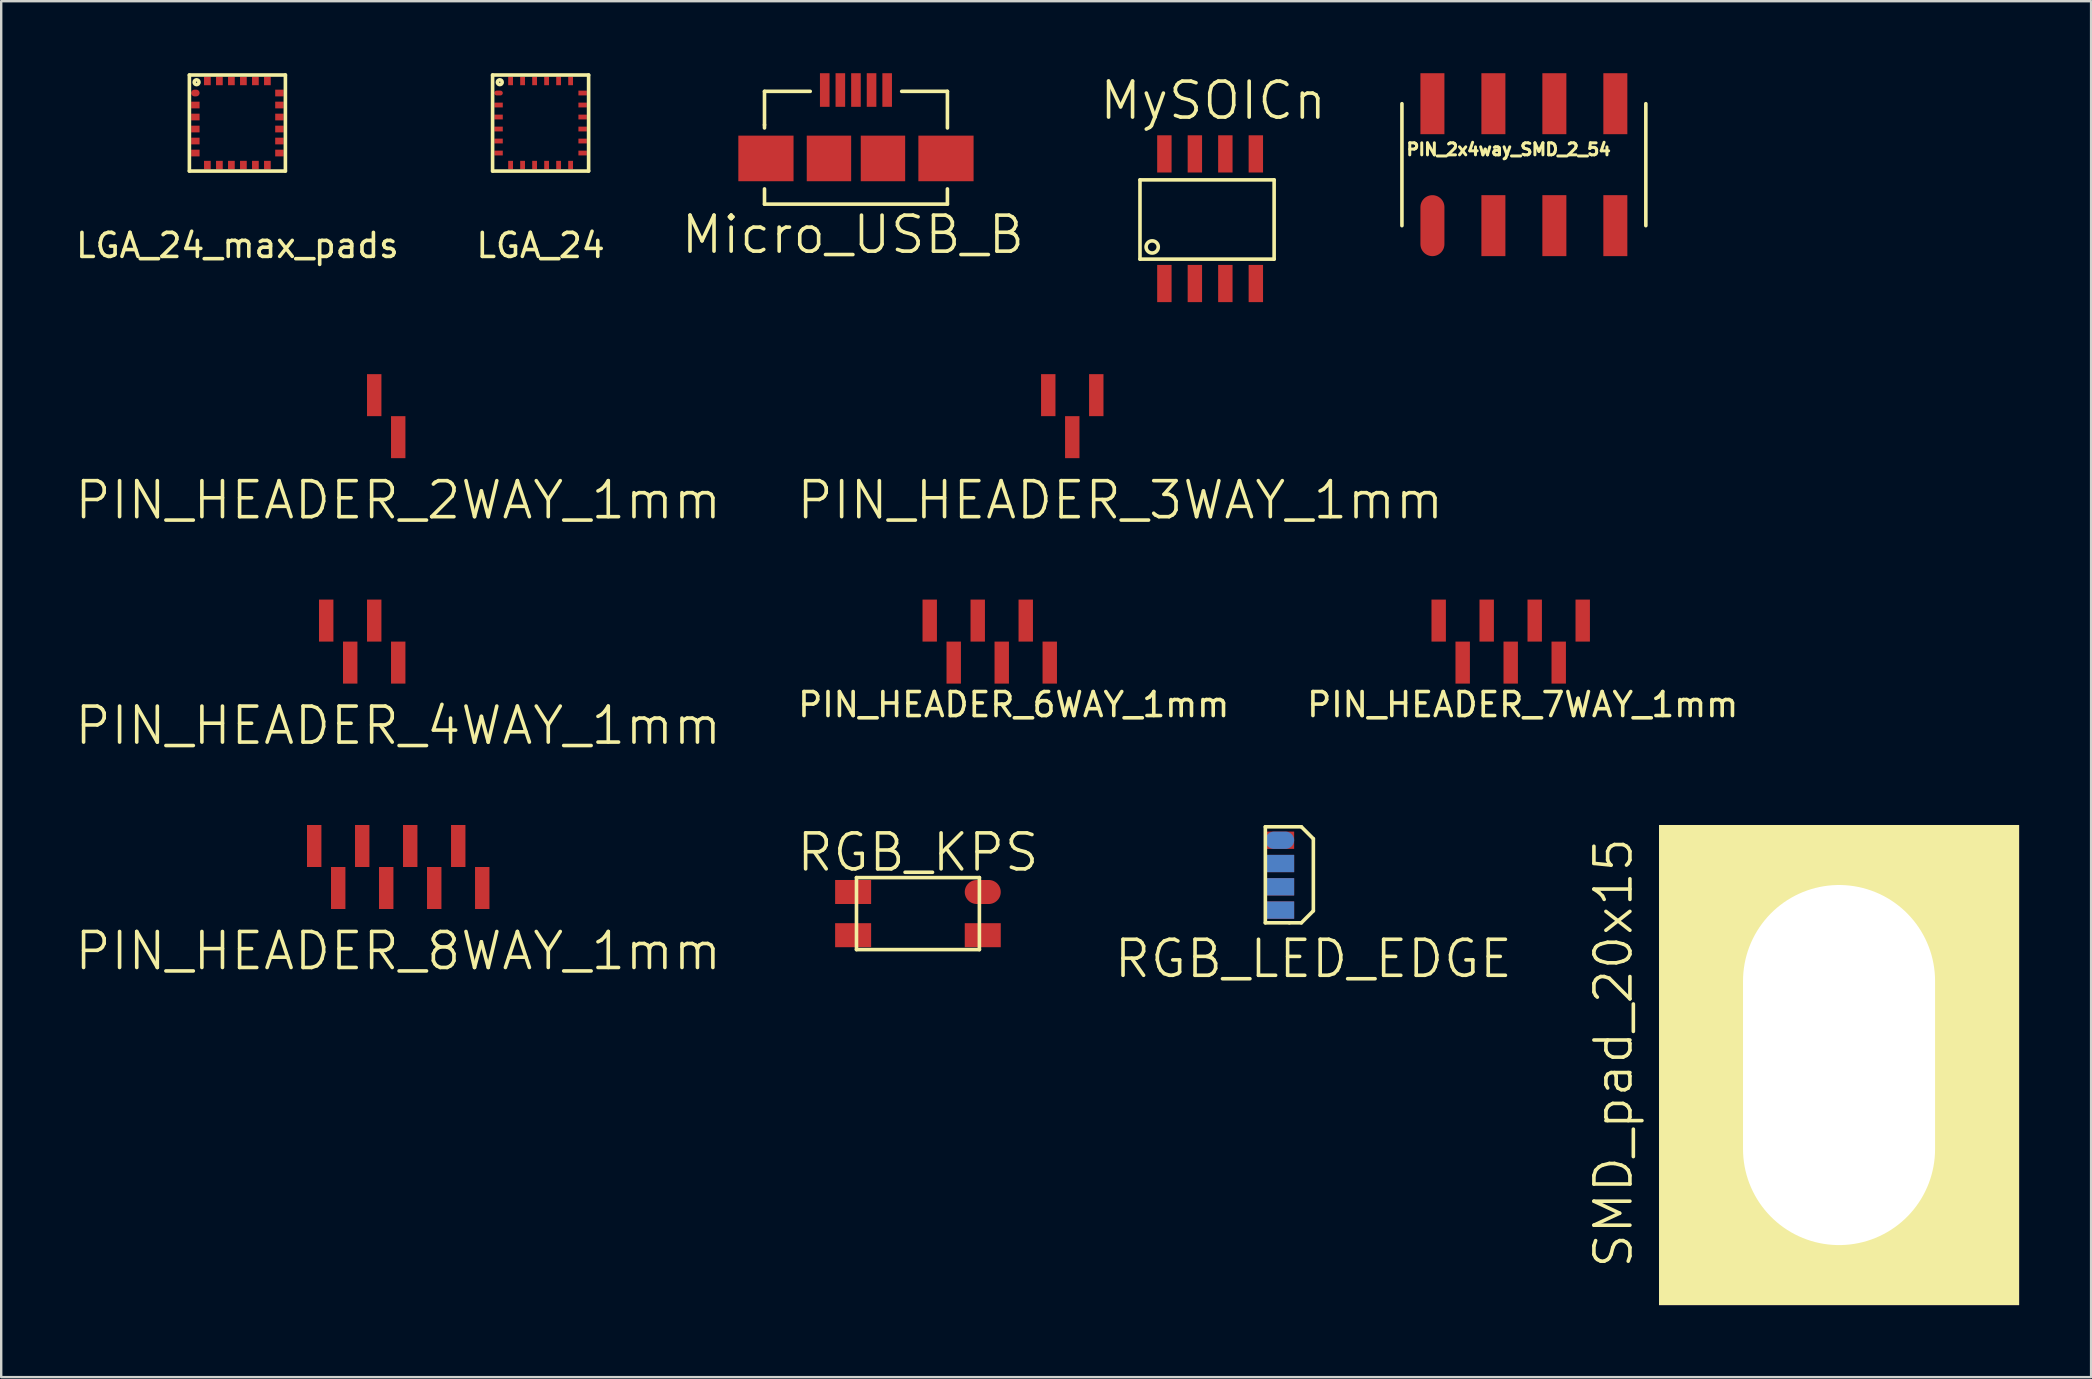
<source format=kicad_pcb>
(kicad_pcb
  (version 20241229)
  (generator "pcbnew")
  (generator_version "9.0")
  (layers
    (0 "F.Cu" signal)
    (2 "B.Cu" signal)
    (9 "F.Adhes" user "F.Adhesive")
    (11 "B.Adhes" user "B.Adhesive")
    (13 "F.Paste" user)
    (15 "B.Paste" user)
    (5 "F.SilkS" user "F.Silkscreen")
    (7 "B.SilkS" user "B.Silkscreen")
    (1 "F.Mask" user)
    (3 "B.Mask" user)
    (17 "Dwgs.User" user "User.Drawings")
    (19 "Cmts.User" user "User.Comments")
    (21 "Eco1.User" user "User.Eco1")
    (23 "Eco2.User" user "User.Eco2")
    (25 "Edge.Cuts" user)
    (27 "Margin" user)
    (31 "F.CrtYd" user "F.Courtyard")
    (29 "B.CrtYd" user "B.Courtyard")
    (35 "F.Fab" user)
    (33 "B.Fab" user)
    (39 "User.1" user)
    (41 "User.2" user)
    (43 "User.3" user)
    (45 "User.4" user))
  (footprint "PIN_HEADER_4WAY_1mm"
    (layer "F.Cu")
    (at 12.039 23.677)
    (property "Reference" "PIN_HEADER_4WAY_1mm" (at 1.5 3.5 0) (layer "F.SilkS") (effects (font (size 1.5 1.5) (thickness 0.15))))
    (attr through_hole)
    (pad "1" smd rect (at -1.5 -0.875) (size 0.6 1.75) (layers "F.Cu" "F.Mask" "F.Paste"))
    (pad "2" smd rect (at -0.5 0.875) (size 0.6 1.75) (layers "F.Cu" "F.Mask" "F.Paste"))
    (pad "3" smd rect (at 0.5 -0.875) (size 0.6 1.75) (layers "F.Cu" "F.Mask" "F.Paste"))
    (pad "4" smd rect (at 1.5 0.875) (size 0.6 1.75) (layers "F.Cu" "F.Mask" "F.Paste")))
  (footprint "PIN_HEADER_7WAY_1mm"
    (layer "F.Cu")
    (at 60.382 23.677)
    (property "Reference" "PIN_HEADER_7WAY_1mm" (at 0 2.625 0) (layer "F.SilkS") (effects (font (size 1 1) (thickness 0.15))))
    (attr through_hole)
    (pad "1" smd rect (at -3.5 -0.875) (size 0.6 1.75) (layers "F.Cu" "F.Mask" "F.Paste"))
    (pad "2" smd rect (at -2.5 0.875) (size 0.6 1.75) (layers "F.Cu" "F.Mask" "F.Paste"))
    (pad "3" smd rect (at -1.5 -0.875) (size 0.6 1.75) (layers "F.Cu" "F.Mask" "F.Paste"))
    (pad "4" smd rect (at -0.5 0.875) (size 0.6 1.75) (layers "F.Cu" "F.Mask" "F.Paste"))
    (pad "5" smd rect (at 0.5 -0.875) (size 0.6 1.75) (layers "F.Cu" "F.Mask" "F.Paste"))
    (pad "6" smd rect (at 1.5 0.875) (size 0.6 1.75) (layers "F.Cu" "F.Mask" "F.Paste"))
    (pad "7" smd rect (at 2.5 -0.875) (size 0.6 1.75) (layers "F.Cu" "F.Mask" "F.Paste")))
  (footprint "SMD_pad_20x15"
    (layer "F.Cu")
    (at 73.56 41.317)
    (property "Reference" "SMD_pad_20x15" (at -9.398 -0.508 90) (layer "F.SilkS") (effects (font (size 1.5 1.5) (thickness 0.15))))
    (attr through_hole)
    (pad "1" thru_hole rect (at 0 0) (size 15 20) (drill oval 8 15) (layers "*.Cu" "*.Mask" "F.SilkS")))
  (footprint "PIN_HEADER_8WAY_1mm"
    (layer "F.Cu")
    (at 13.539 33.067)
    (property "Reference" "PIN_HEADER_8WAY_1mm" (at 0 3.5 0) (layer "F.SilkS") (effects (font (size 1.5 1.5) (thickness 0.15))))
    (attr through_hole)
    (pad "1" smd rect (at -3.5 -0.875) (size 0.6 1.75) (layers "F.Cu" "F.Mask" "F.Paste"))
    (pad "2" smd rect (at -2.5 0.875) (size 0.6 1.75) (layers "F.Cu" "F.Mask" "F.Paste"))
    (pad "3" smd rect (at -1.5 -0.875) (size 0.6 1.75) (layers "F.Cu" "F.Mask" "F.Paste"))
    (pad "4" smd rect (at -0.5 0.875) (size 0.6 1.75) (layers "F.Cu" "F.Mask" "F.Paste"))
    (pad "5" smd rect (at 0.5 -0.875) (size 0.6 1.75) (layers "F.Cu" "F.Mask" "F.Paste"))
    (pad "6" smd rect (at 1.5 0.875) (size 0.6 1.75) (layers "F.Cu" "F.Mask" "F.Paste"))
    (pad "7" smd rect (at 2.5 -0.875) (size 0.6 1.75) (layers "F.Cu" "F.Mask" "F.Paste"))
    (pad "8" smd rect (at 3.5 0.875) (size 0.6 1.75) (layers "F.Cu" "F.Mask" "F.Paste")))
  (footprint "Micro_USB_B"
    (layer "F.Cu")
    (at 32.607 3.55)
    (property "Reference" "Micro_USB_B" (at -0.127 3.175 0) (layer "F.SilkS") (effects (font (size 1.5 1.5) (thickness 0.15))))
    (attr through_hole)
    (fp_line (start -3.81 -2.794) (end -3.81 -1.397) (stroke (width 0.15) (type solid)) (layer "F.SilkS"))
    (fp_line (start -3.81 -1.397) (end -3.81 -1.27) (stroke (width 0.15) (type solid)) (layer "F.SilkS"))
    (fp_line (start -3.81 1.27) (end -3.81 1.905) (stroke (width 0.15) (type solid)) (layer "F.SilkS"))
    (fp_line (start -3.81 1.905) (end 3.81 1.905) (stroke (width 0.15) (type solid)) (layer "F.SilkS"))
    (fp_line (start -1.905 -2.794) (end -3.81 -2.794) (stroke (width 0.15) (type solid)) (layer "F.SilkS"))
    (fp_line (start 3.81 -2.794) (end 1.905 -2.794) (stroke (width 0.15) (type solid)) (layer "F.SilkS"))
    (fp_line (start 3.81 -1.27) (end 3.81 -2.794) (stroke (width 0.15) (type solid)) (layer "F.SilkS"))
    (fp_line (start 3.81 1.905) (end 3.81 1.27) (stroke (width 0.15) (type solid)) (layer "F.SilkS"))
    (pad "1" smd rect (at -1.3 -2.85) (size 0.4 1.4) (layers "F.Cu" "F.Mask" "F.Paste"))
    (pad "2" smd rect (at -0.65 -2.85) (size 0.4 1.4) (layers "F.Cu" "F.Mask" "F.Paste"))
    (pad "3" smd rect (at 0 -2.85) (size 0.4 1.4) (layers "F.Cu" "F.Mask" "F.Paste"))
    (pad "4" smd rect (at 0.65 -2.85) (size 0.4 1.4) (layers "F.Cu" "F.Mask" "F.Paste"))
    (pad "5" smd rect (at 1.3 -2.85) (size 0.4 1.4) (layers "F.Cu" "F.Mask" "F.Paste"))
    (pad "6" smd rect (at -3.75 0) (size 2.3 1.9) (layers "F.Cu" "F.Mask" "F.Paste"))
    (pad "7" smd rect (at -1.125 0) (size 1.85 1.9) (layers "F.Cu" "F.Mask" "F.Paste"))
    (pad "8" smd rect (at 1.125 0) (size 1.85 1.9) (layers "F.Cu" "F.Mask" "F.Paste"))
    (pad "9" smd rect (at 3.75 0) (size 2.3 1.9) (layers "F.Cu" "F.Mask" "F.Paste")))
  (footprint "PIN_HEADER_2WAY_1mm"
    (layer "F.Cu")
    (at 13.039 14.286)
    (property "Reference" "PIN_HEADER_2WAY_1mm" (at 0.5 3.5 0) (layer "F.SilkS") (effects (font (size 1.5 1.5) (thickness 0.15))))
    (attr through_hole)
    (pad "1" smd rect (at -0.5 -0.875) (size 0.6 1.75) (layers "F.Cu" "F.Mask" "F.Paste"))
    (pad "2" smd rect (at 0.5 0.875) (size 0.6 1.75) (layers "F.Cu" "F.Mask" "F.Paste")))
  (footprint "LGA_24_max_pads"
    (placed yes)
    (layer "F.Cu")
    (at 6.839 2.075)
    (property "Reference" "LGA_24_max_pads" (at 0 5.1 0) (layer "F.SilkS") (effects (font (size 1 1) (thickness 0.15))))
    (attr through_hole)
    (fp_line (start -2 -2) (end 2 -2) (stroke (width 0.15) (type solid)) (layer "F.SilkS"))
    (fp_line (start -2 2) (end -2 -2) (stroke (width 0.15) (type solid)) (layer "F.SilkS"))
    (fp_line (start 2 -2) (end 2 2) (stroke (width 0.15) (type solid)) (layer "F.SilkS"))
    (fp_line (start 2 2) (end -2 2) (stroke (width 0.15) (type solid)) (layer "F.SilkS"))
    (fp_circle (center -1.7 -1.7) (end -1.8 -1.7) (stroke (width 0.15) (type solid)) (fill no) (layer "F.SilkS"))
    (pad "1" smd oval (at -1.75 -1.25) (size 0.35 0.28) (layers "F.Cu" "F.Mask" "F.Paste"))
    (pad "2" smd rect (at -1.75 -0.75) (size 0.35 0.28) (layers "F.Cu" "F.Mask" "F.Paste"))
    (pad "3" smd rect (at -1.75 -0.25) (size 0.35 0.28) (layers "F.Cu" "F.Mask" "F.Paste"))
    (pad "4" smd rect (at -1.75 0.25) (size 0.35 0.28) (layers "F.Cu" "F.Mask" "F.Paste"))
    (pad "5" smd rect (at -1.75 0.75) (size 0.35 0.28) (layers "F.Cu" "F.Mask" "F.Paste"))
    (pad "6" smd rect (at -1.75 1.25) (size 0.35 0.28) (layers "F.Cu" "F.Mask" "F.Paste"))
    (pad "7" smd rect (at -1.25 1.75) (size 0.28 0.35) (layers "F.Cu" "F.Mask" "F.Paste"))
    (pad "8" smd rect (at -0.75 1.75) (size 0.28 0.35) (layers "F.Cu" "F.Mask" "F.Paste"))
    (pad "9" smd rect (at -0.25 1.75) (size 0.28 0.35) (layers "F.Cu" "F.Mask" "F.Paste"))
    (pad "10" smd rect (at 0.25 1.75) (size 0.28 0.35) (layers "F.Cu" "F.Mask" "F.Paste"))
    (pad "11" smd rect (at 0.75 1.75) (size 0.28 0.35) (layers "F.Cu" "F.Mask" "F.Paste"))
    (pad "12" smd rect (at 1.25 1.75) (size 0.28 0.35) (layers "F.Cu" "F.Mask" "F.Paste"))
    (pad "13" smd rect (at 1.75 1.25) (size 0.35 0.28) (layers "F.Cu" "F.Mask" "F.Paste"))
    (pad "14" smd rect (at 1.75 0.75) (size 0.35 0.28) (layers "F.Cu" "F.Mask" "F.Paste"))
    (pad "15" smd rect (at 1.75 0.25) (size 0.35 0.28) (layers "F.Cu" "F.Mask" "F.Paste"))
    (pad "16" smd rect (at 1.75 -0.25) (size 0.35 0.28) (layers "F.Cu" "F.Mask" "F.Paste"))
    (pad "17" smd rect (at 1.75 -0.75) (size 0.35 0.28) (layers "F.Cu" "F.Mask" "F.Paste"))
    (pad "18" smd rect (at 1.75 -1.25) (size 0.35 0.28) (layers "F.Cu" "F.Mask" "F.Paste"))
    (pad "19" smd rect (at 1.25 -1.75) (size 0.28 0.35) (layers "F.Cu" "F.Mask" "F.Paste"))
    (pad "20" smd rect (at 0.75 -1.75) (size 0.28 0.35) (layers "F.Cu" "F.Mask" "F.Paste"))
    (pad "21" smd rect (at 0.25 -1.75) (size 0.28 0.35) (layers "F.Cu" "F.Mask" "F.Paste"))
    (pad "22" smd rect (at -0.25 -1.75) (size 0.28 0.35) (layers "F.Cu" "F.Mask" "F.Paste"))
    (pad "23" smd rect (at -0.75 -1.75) (size 0.28 0.35) (layers "F.Cu" "F.Mask" "F.Paste"))
    (pad "24" smd rect (at -1.25 -1.75) (size 0.28 0.35) (layers "F.Cu" "F.Mask" "F.Paste")))
  (footprint "PIN_2x4way_SMD_2_54"
    (layer "F.Cu")
    (at 60.431 3.81)
    (property "Reference" "PIN_2x4way_SMD_2_54" (at -0.635 -0.635 0) (layer "F.SilkS") (effects (font (size 0.5 0.5) (thickness 0.125))))
    (attr through_hole)
    (fp_line (start -5.08 2.54) (end -5.08 -2.54) (stroke (width 0.15) (type solid)) (layer "F.SilkS"))
    (fp_line (start 5.08 -2.54) (end 5.08 2.54) (stroke (width 0.15) (type solid)) (layer "F.SilkS"))
    (pad "1" smd oval (at -3.81 2.54) (size 1 2.54) (layers "F.Cu" "F.Mask" "F.Paste"))
    (pad "2" smd rect (at -3.81 -2.54) (size 1 2.54) (layers "F.Cu" "F.Mask" "F.Paste"))
    (pad "3" smd rect (at -1.27 2.54) (size 1 2.54) (layers "F.Cu" "F.Mask" "F.Paste"))
    (pad "4" smd rect (at -1.27 -2.54) (size 1 2.54) (layers "F.Cu" "F.Mask" "F.Paste"))
    (pad "5" smd rect (at 1.27 2.54) (size 1 2.54) (layers "F.Cu" "F.Mask" "F.Paste"))
    (pad "6" smd rect (at 1.27 -2.54) (size 1 2.54) (layers "F.Cu" "F.Mask" "F.Paste"))
    (pad "7" smd rect (at 3.81 2.54) (size 1 2.54) (layers "F.Cu" "F.Mask" "F.Paste"))
    (pad "8" smd rect (at 3.81 -2.54) (size 1 2.54) (layers "F.Cu" "F.Mask" "F.Paste")))
  (footprint "RGB_KPS"
    (layer "F.Cu")
    (at 35.189 35.008)
    (property "Reference" "RGB_KPS" (at 0 -2.55 0) (layer "F.SilkS") (effects (font (size 1.5 1.5) (thickness 0.15))))
    (attr through_hole)
    (fp_line (start -2.56 -1.5) (end -2.56 1.5) (stroke (width 0.15) (type solid)) (layer "F.SilkS"))
    (fp_line (start -2.56 1.5) (end 2.56 1.5) (stroke (width 0.15) (type solid)) (layer "F.SilkS"))
    (fp_line (start 2.56 -1.5) (end -2.56 -1.5) (stroke (width 0.15) (type solid)) (layer "F.SilkS"))
    (fp_line (start 2.56 1.5) (end 2.56 -1.5) (stroke (width 0.15) (type solid)) (layer "F.SilkS"))
    (pad "1" smd rect (at -2.7 -0.9) (size 1.5 1) (layers "F.Cu" "F.Mask" "F.Paste"))
    (pad "2" smd oval (at 2.7 -0.9) (size 1.5 1) (layers "F.Cu" "F.Mask" "F.Paste"))
    (pad "3" smd rect (at -2.7 0.9) (size 1.5 1) (layers "F.Cu" "F.Mask" "F.Paste"))
    (pad "4" smd rect (at 2.7 0.9) (size 1.5 1) (layers "F.Cu" "F.Mask" "F.Paste")))
  (footprint "PIN_HEADER_6WAY_1mm"
    (layer "F.Cu")
    (at 39.18 23.677)
    (property "Reference" "PIN_HEADER_6WAY_1mm" (at 0 2.625 0) (layer "F.SilkS") (effects (font (size 1 1) (thickness 0.15))))
    (attr through_hole)
    (pad "1" smd rect (at -3.5 -0.875) (size 0.6 1.75) (layers "F.Cu" "F.Mask" "F.Paste"))
    (pad "2" smd rect (at -2.5 0.875) (size 0.6 1.75) (layers "F.Cu" "F.Mask" "F.Paste"))
    (pad "3" smd rect (at -1.5 -0.875) (size 0.6 1.75) (layers "F.Cu" "F.Mask" "F.Paste"))
    (pad "4" smd rect (at -0.5 0.875) (size 0.6 1.75) (layers "F.Cu" "F.Mask" "F.Paste"))
    (pad "5" smd rect (at 0.5 -0.875) (size 0.6 1.75) (layers "F.Cu" "F.Mask" "F.Paste"))
    (pad "6" smd rect (at 1.5 0.875) (size 0.6 1.75) (layers "F.Cu" "F.Mask" "F.Paste")))
  (footprint "PIN_HEADER_3WAY_1mm"
    (layer "F.Cu")
    (at 42.118 14.286)
    (property "Reference" "PIN_HEADER_3WAY_1mm" (at 1.5 3.5 0) (layer "F.SilkS") (effects (font (size 1.5 1.5) (thickness 0.15))))
    (attr through_hole)
    (pad "1" smd rect (at -1.5 -0.875) (size 0.6 1.75) (layers "F.Cu" "F.Mask" "F.Paste"))
    (pad "2" smd rect (at -0.5 0.875) (size 0.6 1.75) (layers "F.Cu" "F.Mask" "F.Paste"))
    (pad "3" smd rect (at 0.5 -0.875) (size 0.6 1.75) (layers "F.Cu" "F.Mask" "F.Paste")))
  (footprint "RGB_LED_EDGE"
    (layer "F.Cu")
    (at 51.661 33.892)
    (property "Reference" "RGB_LED_EDGE" (at 0 3 0) (layer "F.SilkS") (effects (font (size 1.5 1.5) (thickness 0.15))))
    (attr through_hole)
    (fp_line (start -2 -2.5) (end -2 1.5) (stroke (width 0.15) (type solid)) (layer "F.SilkS"))
    (fp_line (start -2 1.5) (end -1 1.5) (stroke (width 0.15) (type solid)) (layer "F.SilkS"))
    (fp_line (start -1 1.5) (end -0.5 1.5) (stroke (width 0.15) (type solid)) (layer "F.SilkS"))
    (fp_line (start -0.5 -2.5) (end -2 -2.5) (stroke (width 0.15) (type solid)) (layer "F.SilkS"))
    (fp_line (start -0.5 1.5) (end 0 1) (stroke (width 0.15) (type solid)) (layer "F.SilkS"))
    (fp_line (start 0 -2) (end -0.5 -2.5) (stroke (width 0.15) (type solid)) (layer "F.SilkS"))
    (fp_line (start 0 1) (end 0 -2) (stroke (width 0.15) (type solid)) (layer "F.SilkS"))
    (pad "1" smd oval (at -1.4 -1.94) (size 1.2 0.72) (layers "F.Mask" "B.Cu" "F.Paste"))
    (pad "2" smd rect (at -1.4 -0.97) (size 1.2 0.72) (layers "F.Mask" "B.Cu" "F.Paste"))
    (pad "3" smd rect (at -1.4 0) (size 1.2 0.72) (layers "F.Mask" "B.Cu" "F.Paste"))
    (pad "4" smd rect (at -1.4 0.97) (size 1.2 0.72) (layers "F.Mask" "B.Cu" "F.Paste"))
    (pad "5" smd rect (at -1.4 0.97) (size 1.2 0.72) (layers "F.Cu" "F.Mask" "F.Paste"))
    (pad "6" smd rect (at -1.4 0) (size 1.2 0.72) (layers "F.Cu" "F.Mask" "F.Paste"))
    (pad "7" smd rect (at -1.4 -0.97) (size 1.2 0.72) (layers "F.Cu" "F.Mask" "F.Paste"))
    (pad "8" smd rect (at -1.4 -1.94) (size 1.2 0.72) (layers "F.Cu" "F.Mask" "F.Paste")))
  (footprint "MySOICn"
    (layer "F.Cu")
    (at 45.455 8.761)
    (property "Reference" "MySOICn" (at 2.032 -7.62 0) (layer "F.SilkS") (effects (font (size 1.5 1.5) (thickness 0.15))))
    (attr through_hole)
    (fp_line (start -1.016 -4.318) (end 4.572 -4.318) (stroke (width 0.15) (type solid)) (layer "F.SilkS"))
    (fp_line (start -1.016 -1.016) (end -1.016 -4.318) (stroke (width 0.15) (type solid)) (layer "F.SilkS"))
    (fp_line (start 4.572 -4.318) (end 4.572 -1.016) (stroke (width 0.15) (type solid)) (layer "F.SilkS"))
    (fp_line (start 4.572 -1.016) (end -1.016 -1.016) (stroke (width 0.15) (type solid)) (layer "F.SilkS"))
    (fp_circle (center -0.508 -1.524) (end -0.762 -1.524) (stroke (width 0.15) (type solid)) (fill no) (layer "F.SilkS"))
    (pad "1" smd rect (at 0 0) (size 0.6 1.55) (layers "F.Cu" "F.Mask" "F.Paste"))
    (pad "2" smd rect (at 1.27 0) (size 0.6 1.55) (layers "F.Cu" "F.Mask" "F.Paste"))
    (pad "3" smd rect (at 2.54 0) (size 0.6 1.55) (layers "F.Cu" "F.Mask" "F.Paste"))
    (pad "4" smd rect (at 3.81 0) (size 0.6 1.55) (layers "F.Cu" "F.Mask" "F.Paste"))
    (pad "5" smd rect (at 3.81 -5.4) (size 0.6 1.55) (layers "F.Cu" "F.Mask" "F.Paste"))
    (pad "6" smd rect (at 2.54 -5.4) (size 0.6 1.55) (layers "F.Cu" "F.Mask" "F.Paste"))
    (pad "7" smd rect (at 1.27 -5.4) (size 0.6 1.55) (layers "F.Cu" "F.Mask" "F.Paste"))
    (pad "8" smd rect (at 0 -5.4) (size 0.6 1.55) (layers "F.Cu" "F.Mask" "F.Paste")))
  (footprint "LGA_24"
    (layer "F.Cu")
    (at 19.47 2.075)
    (property "Reference" "LGA_24" (at 0 5.1 0) (layer "F.SilkS") (effects (font (size 1 1) (thickness 0.15))))
    (attr through_hole)
    (fp_line (start -2 -2) (end 2 -2) (stroke (width 0.15) (type solid)) (layer "F.SilkS"))
    (fp_line (start -2 2) (end -2 -2) (stroke (width 0.15) (type solid)) (layer "F.SilkS"))
    (fp_line (start 2 -2) (end 2 2) (stroke (width 0.15) (type solid)) (layer "F.SilkS"))
    (fp_line (start 2 2) (end -2 2) (stroke (width 0.15) (type solid)) (layer "F.SilkS"))
    (fp_circle (center -1.7 -1.7) (end -1.8 -1.7) (stroke (width 0.15) (type solid)) (fill no) (layer "F.SilkS"))
    (pad "1" smd oval (at -1.75 -1.25) (size 0.35 0.2) (layers "F.Cu" "F.Mask" "F.Paste"))
    (pad "2" smd rect (at -1.75 -0.75) (size 0.35 0.2) (layers "F.Cu" "F.Mask" "F.Paste"))
    (pad "3" smd rect (at -1.75 -0.25) (size 0.35 0.2) (layers "F.Cu" "F.Mask" "F.Paste"))
    (pad "4" smd rect (at -1.75 0.25) (size 0.35 0.2) (layers "F.Cu" "F.Mask" "F.Paste"))
    (pad "5" smd rect (at -1.75 0.75) (size 0.35 0.2) (layers "F.Cu" "F.Mask" "F.Paste"))
    (pad "6" smd rect (at -1.75 1.25) (size 0.35 0.2) (layers "F.Cu" "F.Mask" "F.Paste"))
    (pad "7" smd rect (at -1.25 1.75) (size 0.2 0.35) (layers "F.Cu" "F.Mask" "F.Paste"))
    (pad "8" smd rect (at -0.75 1.75) (size 0.2 0.35) (layers "F.Cu" "F.Mask" "F.Paste"))
    (pad "9" smd rect (at -0.25 1.75) (size 0.2 0.35) (layers "F.Cu" "F.Mask" "F.Paste"))
    (pad "10" smd rect (at 0.25 1.75) (size 0.2 0.35) (layers "F.Cu" "F.Mask" "F.Paste"))
    (pad "11" smd rect (at 0.75 1.75) (size 0.2 0.35) (layers "F.Cu" "F.Mask" "F.Paste"))
    (pad "12" smd rect (at 1.25 1.75) (size 0.2 0.35) (layers "F.Cu" "F.Mask" "F.Paste"))
    (pad "13" smd rect (at 1.75 1.25) (size 0.35 0.2) (layers "F.Cu" "F.Mask" "F.Paste"))
    (pad "14" smd rect (at 1.75 0.75) (size 0.35 0.2) (layers "F.Cu" "F.Mask" "F.Paste"))
    (pad "15" smd rect (at 1.75 0.25) (size 0.35 0.2) (layers "F.Cu" "F.Mask" "F.Paste"))
    (pad "16" smd rect (at 1.75 -0.25) (size 0.35 0.2) (layers "F.Cu" "F.Mask" "F.Paste"))
    (pad "17" smd rect (at 1.75 -0.75) (size 0.35 0.2) (layers "F.Cu" "F.Mask" "F.Paste"))
    (pad "18" smd rect (at 1.75 -1.25) (size 0.35 0.2) (layers "F.Cu" "F.Mask" "F.Paste"))
    (pad "19" smd rect (at 1.25 -1.75) (size 0.2 0.35) (layers "F.Cu" "F.Mask" "F.Paste"))
    (pad "20" smd rect (at 0.75 -1.75) (size 0.2 0.35) (layers "F.Cu" "F.Mask" "F.Paste"))
    (pad "21" smd rect (at 0.25 -1.75) (size 0.2 0.35) (layers "F.Cu" "F.Mask" "F.Paste"))
    (pad "22" smd rect (at -0.25 -1.75) (size 0.2 0.35) (layers "F.Cu" "F.Mask" "F.Paste"))
    (pad "23" smd rect (at -0.75 -1.75) (size 0.2 0.35) (layers "F.Cu" "F.Mask" "F.Paste"))
    (pad "24" smd rect (at -1.25 -1.75) (size 0.2 0.35) (layers "F.Cu" "F.Mask" "F.Paste")))
  (gr_rect
    (start -3 -3)
    (end 84.06 54.317)
    (stroke (width 0.1) (type default))
    (fill no)
    (layer "Edge.Cuts")))
</source>
